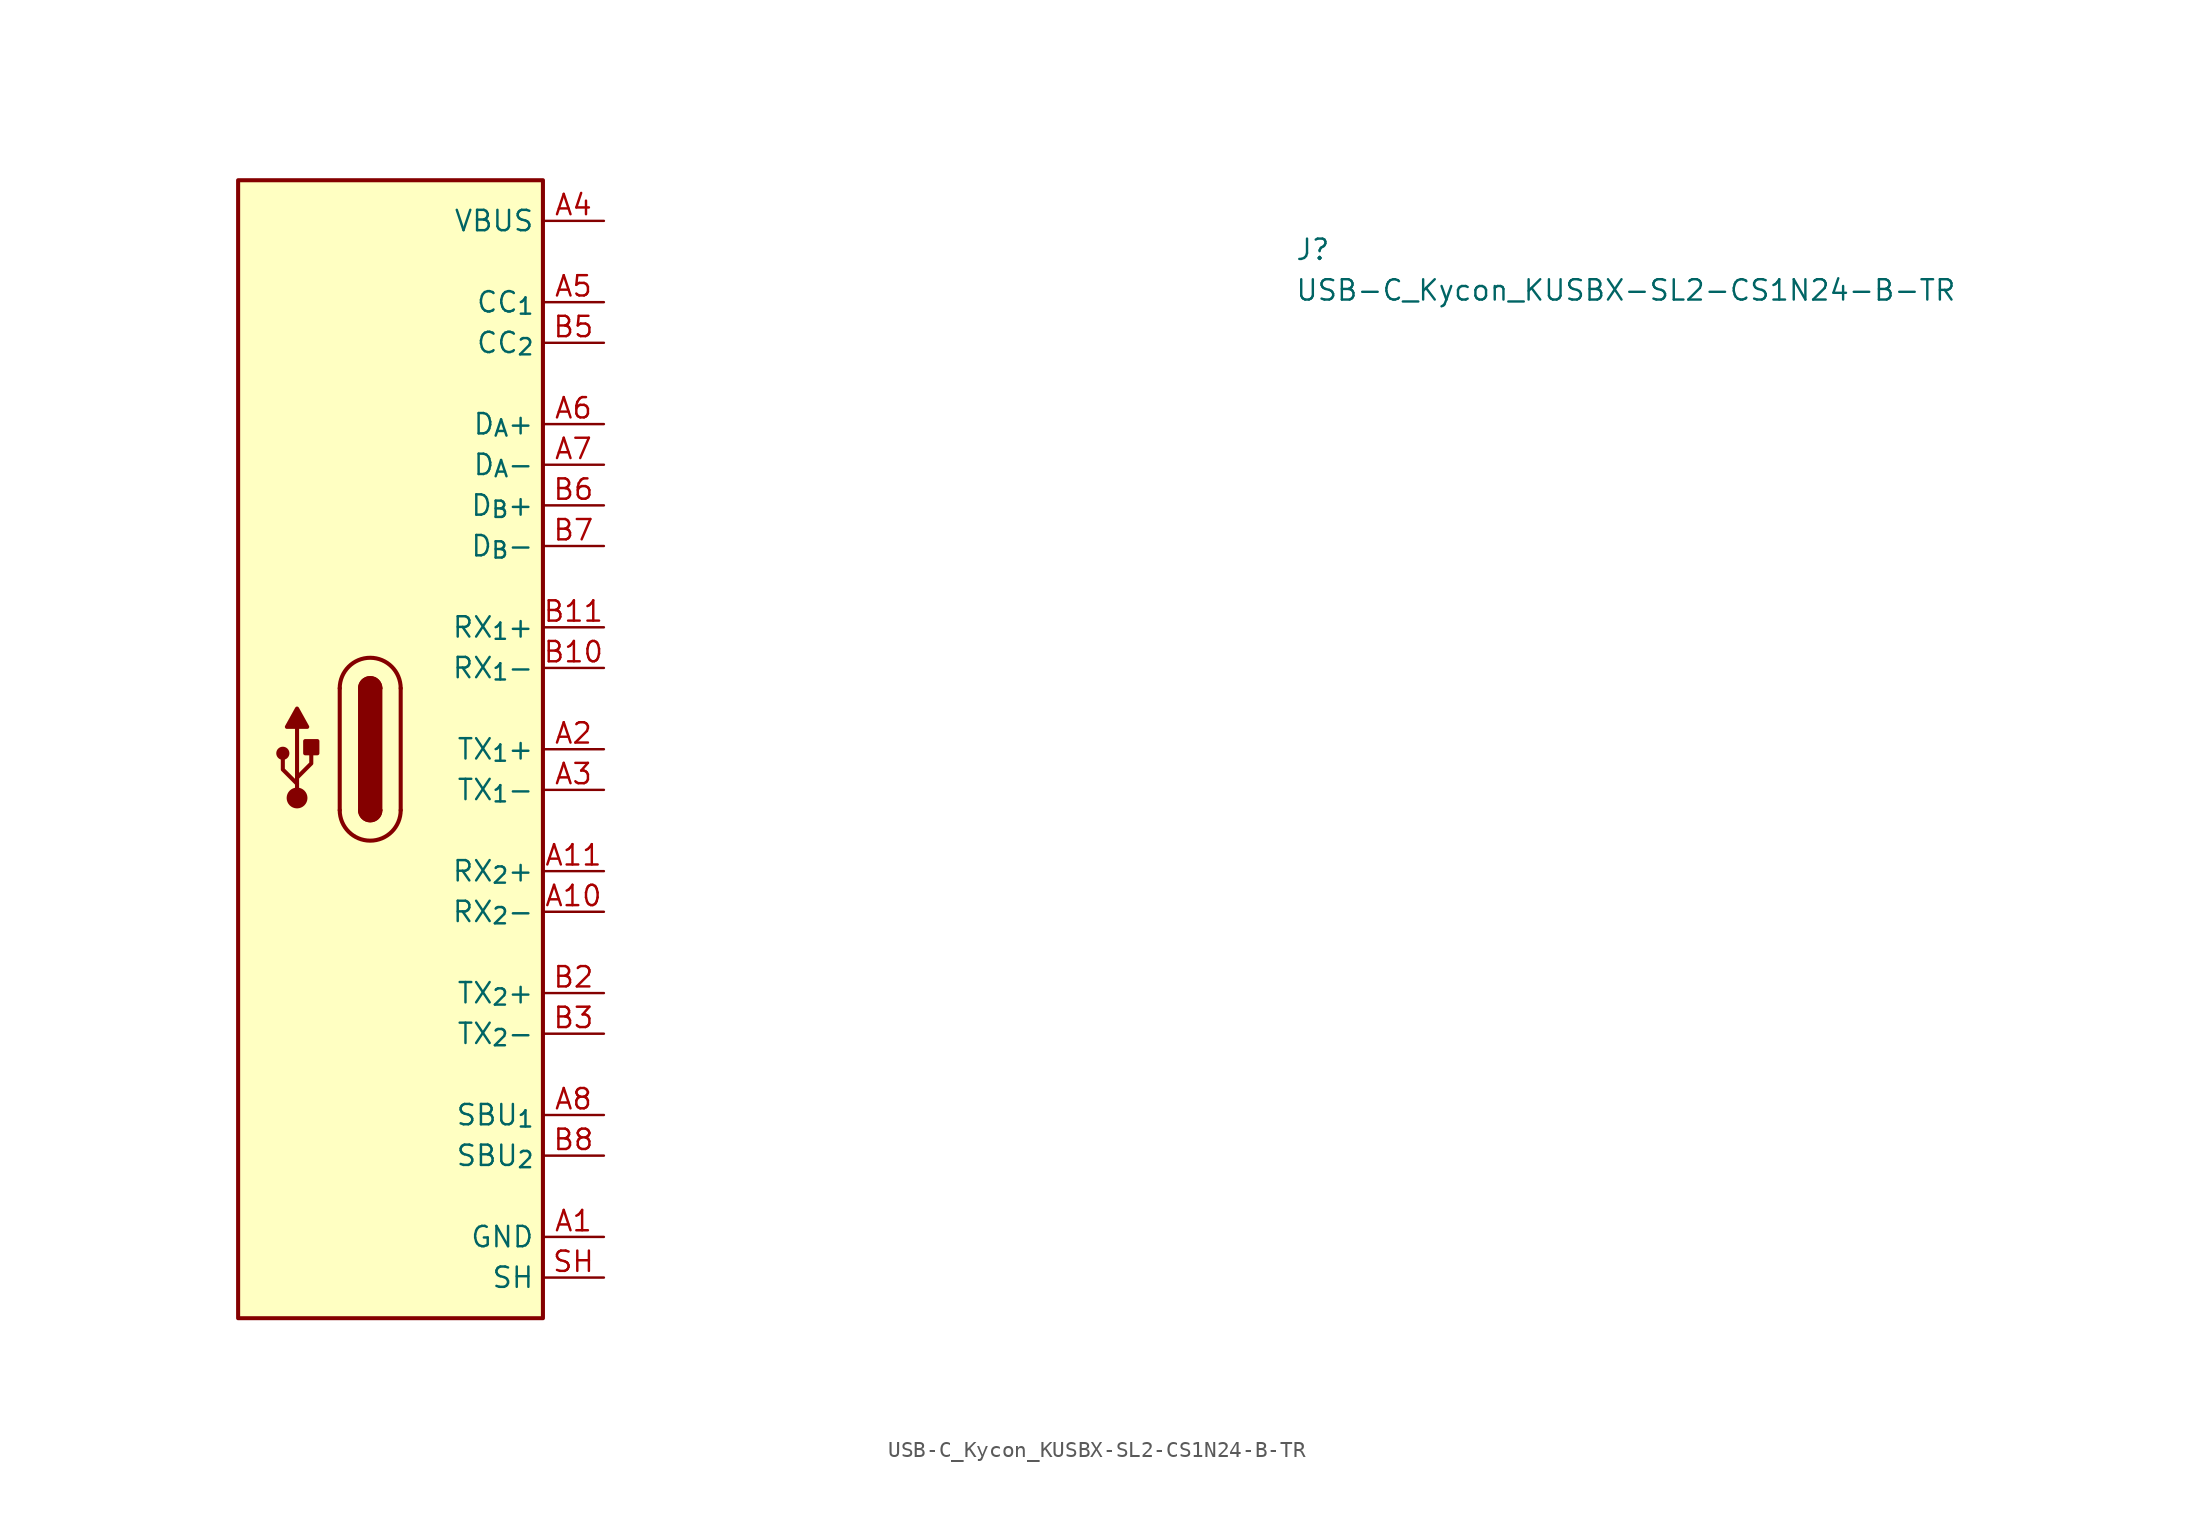
<source format=kicad_sym>
(kicad_symbol_lib
  (version 20220914)
  (generator kicad_symbol_editor)
  (symbol "USB-C_Kycon_KUSBX-SL2-CS1N24-B-TR"
    (property "Reference" "J"
      (at 43.18 -2.54 0)
      (effects (font (size 1.27 1.27) (thickness 0.15)) (justify left bottom)))
    (property "Value" "USB-C_Kycon_KUSBX-SL2-CS1N24-B-TR"
      (at 43.18 -5.08 0)
      (effects (font (size 1.27 1.27) (thickness 0.15)) (justify left bottom)))
    (symbol "USB-C_Kycon_KUSBX-SL2-CS1N24-B-TR_1_1"
      (rectangle (start -22.86 -68.58) (end -3.81 2.54) (stroke (width 0.254) (type default)) (fill (type background)))
      (circle (center -20.066 -33.274) (radius 0.284) (stroke (width 0.254) (type default)) (fill (type outline)))
      (circle (center -19.177 -36.068) (radius 0.524) (stroke (width 0.254) (type default)) (fill (type outline)))
      (rectangle (start -18.669 -33.274) (end -17.907 -32.512) (stroke (width 0.254) (type default)) (fill (type outline)))
      (arc (start -16.51 -36.83) (mid -14.605 -38.7267) (end -12.7 -36.83) (stroke (width 0.254) (type default)) (fill (type background)))
      (arc (start -15.24 -36.83) (mid -14.605 -37.4623) (end -13.97 -36.83) (stroke (width 0.254) (type default)) (fill (type outline)))
      (arc (start -15.24 -36.83) (mid -14.605 -37.4623) (end -13.97 -36.83) (stroke (width 0.254) (type default)) (fill (type background)))
      (rectangle (start -15.24 -36.83) (end -13.97 -29.21) (stroke (width 0.254) (type default)) (fill (type outline)))
      (arc (start -13.97 -29.21) (mid -14.605 -28.5777) (end -15.24 -29.21) (stroke (width 0.254) (type default)) (fill (type outline)))
      (arc (start -13.97 -29.21) (mid -14.605 -28.5777) (end -15.24 -29.21) (stroke (width 0.254) (type default)) (fill (type background)))
      (arc (start -12.7 -29.21) (mid -14.605 -27.3133) (end -16.51 -29.21) (stroke (width 0.254) (type default)) (fill (type background)))
      (polyline (pts (xy -19.177 -35.941) (xy -19.177 -31.623)) (stroke (width 0.254) (type default)) (fill (type background)))
      (polyline (pts (xy -16.51 -36.83) (xy -16.51 -29.21)) (stroke (width 0.254) (type default)) (fill (type background)))
      (polyline (pts (xy -12.7 -29.21) (xy -12.7 -36.83)) (stroke (width 0.254) (type default)) (fill (type background)))
      (polyline (pts (xy -19.177 -35.179) (xy -20.066 -34.29) (xy -20.066 -33.655)) (stroke (width 0.254) (type default)) (fill (type background)))
      (polyline (pts (xy -19.177 -34.798) (xy -18.288 -33.909) (xy -18.288 -33.274)) (stroke (width 0.254) (type default)) (fill (type background)))
      (polyline (pts (xy -19.812 -31.623) (xy -19.177 -30.48) (xy -18.542 -31.623) (xy -19.812 -31.623)) (stroke (width 0.254) (type default)) (fill (type outline)))
      (pin power_in line (at 0 -63.5 180) (length 3.81) (name "GND" (effects (font (size 1.27 1.27)))) (number "A1" (effects (font (size 1.27 1.27)))))
      (pin bidirectional line (at 0 -43.18 180) (length 3.81) (name "RX_{2}-" (effects (font (size 1.27 1.27)))) (number "A10" (effects (font (size 1.27 1.27)))))
      (pin bidirectional line (at 0 -40.64 180) (length 3.81) (name "RX_{2}+" (effects (font (size 1.27 1.27)))) (number "A11" (effects (font (size 1.27 1.27)))))
      (pin passive line (at 0 -63.5 180) (length 3.81) hide (name "GND" (effects (font (size 1.27 1.27)))) (number "A12" (effects (font (size 1.27 1.27)))))
      (pin bidirectional line (at 0 -33.02 180) (length 3.81) (name "TX_{1}+" (effects (font (size 1.27 1.27)))) (number "A2" (effects (font (size 1.27 1.27)))))
      (pin bidirectional line (at 0 -35.56 180) (length 3.81) (name "TX_{1}-" (effects (font (size 1.27 1.27)))) (number "A3" (effects (font (size 1.27 1.27)))))
      (pin passive line (at 0 0 180) (length 3.81) (name "VBUS" (effects (font (size 1.27 1.27)))) (number "A4" (effects (font (size 1.27 1.27)))))
      (pin bidirectional line (at 0 -5.08 180) (length 3.81) (name "CC_{1}" (effects (font (size 1.27 1.27)))) (number "A5" (effects (font (size 1.27 1.27)))))
      (pin bidirectional line (at 0 -12.7 180) (length 3.81) (name "D_{A}+" (effects (font (size 1.27 1.27)))) (number "A6" (effects (font (size 1.27 1.27)))))
      (pin bidirectional line (at 0 -15.24 180) (length 3.81) (name "D_{A}-" (effects (font (size 1.27 1.27)))) (number "A7" (effects (font (size 1.27 1.27)))))
      (pin bidirectional line (at 0 -55.88 180) (length 3.81) (name "SBU_{1}" (effects (font (size 1.27 1.27)))) (number "A8" (effects (font (size 1.27 1.27)))))
      (pin passive line (at 0 0 180) (length 3.81) hide (name "VBUS" (effects (font (size 1.27 1.27)))) (number "A9" (effects (font (size 1.27 1.27)))))
      (pin passive line (at 0 -63.5 180) (length 3.81) hide (name "GND" (effects (font (size 1.27 1.27)))) (number "B1" (effects (font (size 1.27 1.27)))))
      (pin bidirectional line (at 0 -27.94 180) (length 3.81) (name "RX_{1}-" (effects (font (size 1.27 1.27)))) (number "B10" (effects (font (size 1.27 1.27)))))
      (pin bidirectional line (at 0 -25.4 180) (length 3.81) (name "RX_{1}+" (effects (font (size 1.27 1.27)))) (number "B11" (effects (font (size 1.27 1.27)))))
      (pin passive line (at 0 -63.5 180) (length 3.81) hide (name "GND" (effects (font (size 1.27 1.27)))) (number "B12" (effects (font (size 1.27 1.27)))))
      (pin bidirectional line (at 0 -48.26 180) (length 3.81) (name "TX_{2}+" (effects (font (size 1.27 1.27)))) (number "B2" (effects (font (size 1.27 1.27)))))
      (pin bidirectional line (at 0 -50.8 180) (length 3.81) (name "TX_{2}-" (effects (font (size 1.27 1.27)))) (number "B3" (effects (font (size 1.27 1.27)))))
      (pin passive line (at 0 0 180) (length 3.81) hide (name "VBUS" (effects (font (size 1.27 1.27)))) (number "B4" (effects (font (size 1.27 1.27)))))
      (pin bidirectional line (at 0 -7.62 180) (length 3.81) (name "CC_{2}" (effects (font (size 1.27 1.27)))) (number "B5" (effects (font (size 1.27 1.27)))))
      (pin bidirectional line (at 0 -17.78 180) (length 3.81) (name "D_{B}+" (effects (font (size 1.27 1.27)))) (number "B6" (effects (font (size 1.27 1.27)))))
      (pin bidirectional line (at 0 -20.32 180) (length 3.81) (name "D_{B}-" (effects (font (size 1.27 1.27)))) (number "B7" (effects (font (size 1.27 1.27)))))
      (pin bidirectional line (at 0 -58.42 180) (length 3.81) (name "SBU_{2}" (effects (font (size 1.27 1.27)))) (number "B8" (effects (font (size 1.27 1.27)))))
      (pin passive line (at 0 0 180) (length 3.81) hide (name "VBUS" (effects (font (size 1.27 1.27)))) (number "B9" (effects (font (size 1.27 1.27)))))
      (pin passive line (at 0 -66.04 180) (length 3.81) (name "SH" (effects (font (size 1.27 1.27)))) (number "SH" (effects (font (size 1.27 1.27))))))))
</source>
